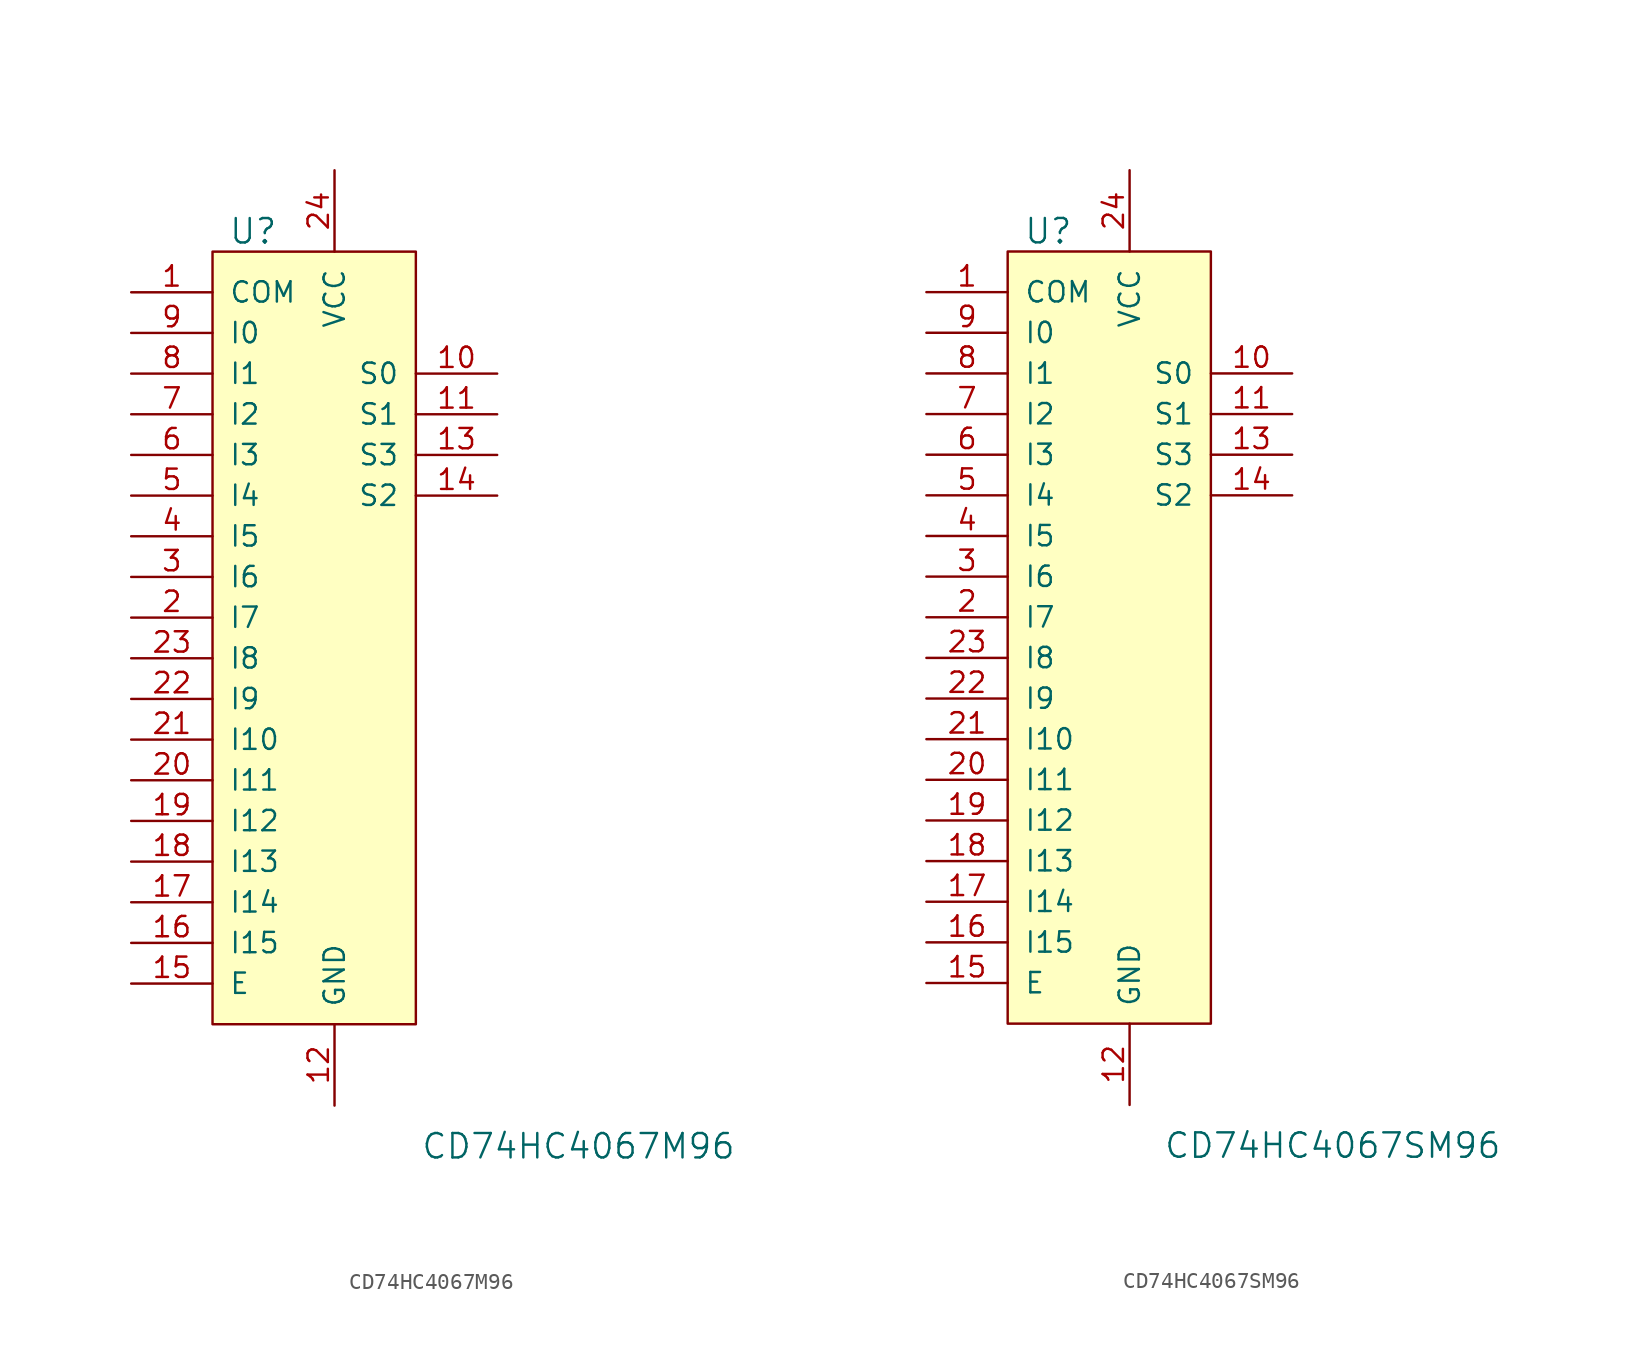
<source format=kicad_sym>
(kicad_symbol_lib
  (version 20220914)
  (generator kicad_symbol_editor)
  (symbol "CD74HC4067M96"
    (pin_names
      (offset 1.016))
    (property "Reference" "U"
      (at -2.54 24.13 0)
      (effects (font (size 1.524 1.524))))
    (property "Value" "CD74HC4067M96"
      (at 17.78 -33.02 0)
      (effects (font (size 1.524 1.524))))
    (symbol "CD74HC4067M96_0_1"
      (rectangle (start -5.08 22.86) (end 7.62 -25.4) (stroke (width 0) (type solid)) (fill (type background))))
    (symbol "CD74HC4067M96_1_1"
      (pin bidirectional line (at -10.16 20.32 0) (length 5.08) (name "COM" (effects (font (size 1.27 1.27)))) (number "1" (effects (font (size 1.27 1.27)))))
      (pin input line (at 12.7 15.24 180) (length 5.08) (name "S0" (effects (font (size 1.27 1.27)))) (number "10" (effects (font (size 1.27 1.27)))))
      (pin input line (at 12.7 12.7 180) (length 5.08) (name "S1" (effects (font (size 1.27 1.27)))) (number "11" (effects (font (size 1.27 1.27)))))
      (pin power_in line (at 2.54 -30.48 90) (length 5.08) (name "GND" (effects (font (size 1.27 1.27)))) (number "12" (effects (font (size 1.27 1.27)))))
      (pin input line (at 12.7 10.16 180) (length 5.08) (name "S3" (effects (font (size 1.27 1.27)))) (number "13" (effects (font (size 1.27 1.27)))))
      (pin input line (at 12.7 7.62 180) (length 5.08) (name "S2" (effects (font (size 1.27 1.27)))) (number "14" (effects (font (size 1.27 1.27)))))
      (pin input line (at -10.16 -22.86 0) (length 5.08) (name "E" (effects (font (size 1.27 1.27)))) (number "15" (effects (font (size 1.27 1.27)))))
      (pin input line (at -10.16 -20.32 0) (length 5.08) (name "I15" (effects (font (size 1.27 1.27)))) (number "16" (effects (font (size 1.27 1.27)))))
      (pin input line (at -10.16 -17.78 0) (length 5.08) (name "I14" (effects (font (size 1.27 1.27)))) (number "17" (effects (font (size 1.27 1.27)))))
      (pin input line (at -10.16 -15.24 0) (length 5.08) (name "I13" (effects (font (size 1.27 1.27)))) (number "18" (effects (font (size 1.27 1.27)))))
      (pin input line (at -10.16 -12.7 0) (length 5.08) (name "I12" (effects (font (size 1.27 1.27)))) (number "19" (effects (font (size 1.27 1.27)))))
      (pin input line (at -10.16 0 0) (length 5.08) (name "I7" (effects (font (size 1.27 1.27)))) (number "2" (effects (font (size 1.27 1.27)))))
      (pin input line (at -10.16 -10.16 0) (length 5.08) (name "I11" (effects (font (size 1.27 1.27)))) (number "20" (effects (font (size 1.27 1.27)))))
      (pin input line (at -10.16 -7.62 0) (length 5.08) (name "I10" (effects (font (size 1.27 1.27)))) (number "21" (effects (font (size 1.27 1.27)))))
      (pin input line (at -10.16 -5.08 0) (length 5.08) (name "I9" (effects (font (size 1.27 1.27)))) (number "22" (effects (font (size 1.27 1.27)))))
      (pin input line (at -10.16 -2.54 0) (length 5.08) (name "I8" (effects (font (size 1.27 1.27)))) (number "23" (effects (font (size 1.27 1.27)))))
      (pin power_in line (at 2.54 27.94 270) (length 5.08) (name "VCC" (effects (font (size 1.27 1.27)))) (number "24" (effects (font (size 1.27 1.27)))))
      (pin input line (at -10.16 2.54 0) (length 5.08) (name "I6" (effects (font (size 1.27 1.27)))) (number "3" (effects (font (size 1.27 1.27)))))
      (pin input line (at -10.16 5.08 0) (length 5.08) (name "I5" (effects (font (size 1.27 1.27)))) (number "4" (effects (font (size 1.27 1.27)))))
      (pin input line (at -10.16 7.62 0) (length 5.08) (name "I4" (effects (font (size 1.27 1.27)))) (number "5" (effects (font (size 1.27 1.27)))))
      (pin input line (at -10.16 10.16 0) (length 5.08) (name "I3" (effects (font (size 1.27 1.27)))) (number "6" (effects (font (size 1.27 1.27)))))
      (pin input line (at -10.16 12.7 0) (length 5.08) (name "I2" (effects (font (size 1.27 1.27)))) (number "7" (effects (font (size 1.27 1.27)))))
      (pin input line (at -10.16 15.24 0) (length 5.08) (name "I1" (effects (font (size 1.27 1.27)))) (number "8" (effects (font (size 1.27 1.27)))))
      (pin input line (at -10.16 17.78 0) (length 5.08) (name "I0" (effects (font (size 1.27 1.27)))) (number "9" (effects (font (size 1.27 1.27)))))))
  (symbol "CD74HC4067SM96"
    (pin_names
      (offset 1.016))
    (property "Reference" "U"
      (at -5.08 24.13 0)
      (effects (font (size 1.524 1.524))))
    (property "Value" "CD74HC4067SM96"
      (at 12.7 -33.02 0)
      (effects (font (size 1.524 1.524))))
    (symbol "CD74HC4067SM96_0_1"
      (rectangle (start -7.62 22.86) (end 5.08 -25.4) (stroke (width 0) (type solid)) (fill (type background))))
    (symbol "CD74HC4067SM96_1_1"
      (pin bidirectional line (at -12.7 20.32 0) (length 5.08) (name "COM" (effects (font (size 1.27 1.27)))) (number "1" (effects (font (size 1.27 1.27)))))
      (pin input line (at 10.16 15.24 180) (length 5.08) (name "S0" (effects (font (size 1.27 1.27)))) (number "10" (effects (font (size 1.27 1.27)))))
      (pin input line (at 10.16 12.7 180) (length 5.08) (name "S1" (effects (font (size 1.27 1.27)))) (number "11" (effects (font (size 1.27 1.27)))))
      (pin power_in line (at 0 -30.48 90) (length 5.08) (name "GND" (effects (font (size 1.27 1.27)))) (number "12" (effects (font (size 1.27 1.27)))))
      (pin input line (at 10.16 10.16 180) (length 5.08) (name "S3" (effects (font (size 1.27 1.27)))) (number "13" (effects (font (size 1.27 1.27)))))
      (pin input line (at 10.16 7.62 180) (length 5.08) (name "S2" (effects (font (size 1.27 1.27)))) (number "14" (effects (font (size 1.27 1.27)))))
      (pin input line (at -12.7 -22.86 0) (length 5.08) (name "E" (effects (font (size 1.27 1.27)))) (number "15" (effects (font (size 1.27 1.27)))))
      (pin input line (at -12.7 -20.32 0) (length 5.08) (name "I15" (effects (font (size 1.27 1.27)))) (number "16" (effects (font (size 1.27 1.27)))))
      (pin input line (at -12.7 -17.78 0) (length 5.08) (name "I14" (effects (font (size 1.27 1.27)))) (number "17" (effects (font (size 1.27 1.27)))))
      (pin input line (at -12.7 -15.24 0) (length 5.08) (name "I13" (effects (font (size 1.27 1.27)))) (number "18" (effects (font (size 1.27 1.27)))))
      (pin input line (at -12.7 -12.7 0) (length 5.08) (name "I12" (effects (font (size 1.27 1.27)))) (number "19" (effects (font (size 1.27 1.27)))))
      (pin input line (at -12.7 0 0) (length 5.08) (name "I7" (effects (font (size 1.27 1.27)))) (number "2" (effects (font (size 1.27 1.27)))))
      (pin input line (at -12.7 -10.16 0) (length 5.08) (name "I11" (effects (font (size 1.27 1.27)))) (number "20" (effects (font (size 1.27 1.27)))))
      (pin input line (at -12.7 -7.62 0) (length 5.08) (name "I10" (effects (font (size 1.27 1.27)))) (number "21" (effects (font (size 1.27 1.27)))))
      (pin input line (at -12.7 -5.08 0) (length 5.08) (name "I9" (effects (font (size 1.27 1.27)))) (number "22" (effects (font (size 1.27 1.27)))))
      (pin input line (at -12.7 -2.54 0) (length 5.08) (name "I8" (effects (font (size 1.27 1.27)))) (number "23" (effects (font (size 1.27 1.27)))))
      (pin power_in line (at 0 27.94 270) (length 5.08) (name "VCC" (effects (font (size 1.27 1.27)))) (number "24" (effects (font (size 1.27 1.27)))))
      (pin input line (at -12.7 2.54 0) (length 5.08) (name "I6" (effects (font (size 1.27 1.27)))) (number "3" (effects (font (size 1.27 1.27)))))
      (pin input line (at -12.7 5.08 0) (length 5.08) (name "I5" (effects (font (size 1.27 1.27)))) (number "4" (effects (font (size 1.27 1.27)))))
      (pin input line (at -12.7 7.62 0) (length 5.08) (name "I4" (effects (font (size 1.27 1.27)))) (number "5" (effects (font (size 1.27 1.27)))))
      (pin input line (at -12.7 10.16 0) (length 5.08) (name "I3" (effects (font (size 1.27 1.27)))) (number "6" (effects (font (size 1.27 1.27)))))
      (pin input line (at -12.7 12.7 0) (length 5.08) (name "I2" (effects (font (size 1.27 1.27)))) (number "7" (effects (font (size 1.27 1.27)))))
      (pin input line (at -12.7 15.24 0) (length 5.08) (name "I1" (effects (font (size 1.27 1.27)))) (number "8" (effects (font (size 1.27 1.27)))))
      (pin input line (at -12.7 17.78 0) (length 5.08) (name "I0" (effects (font (size 1.27 1.27)))) (number "9" (effects (font (size 1.27 1.27))))))))
</source>
